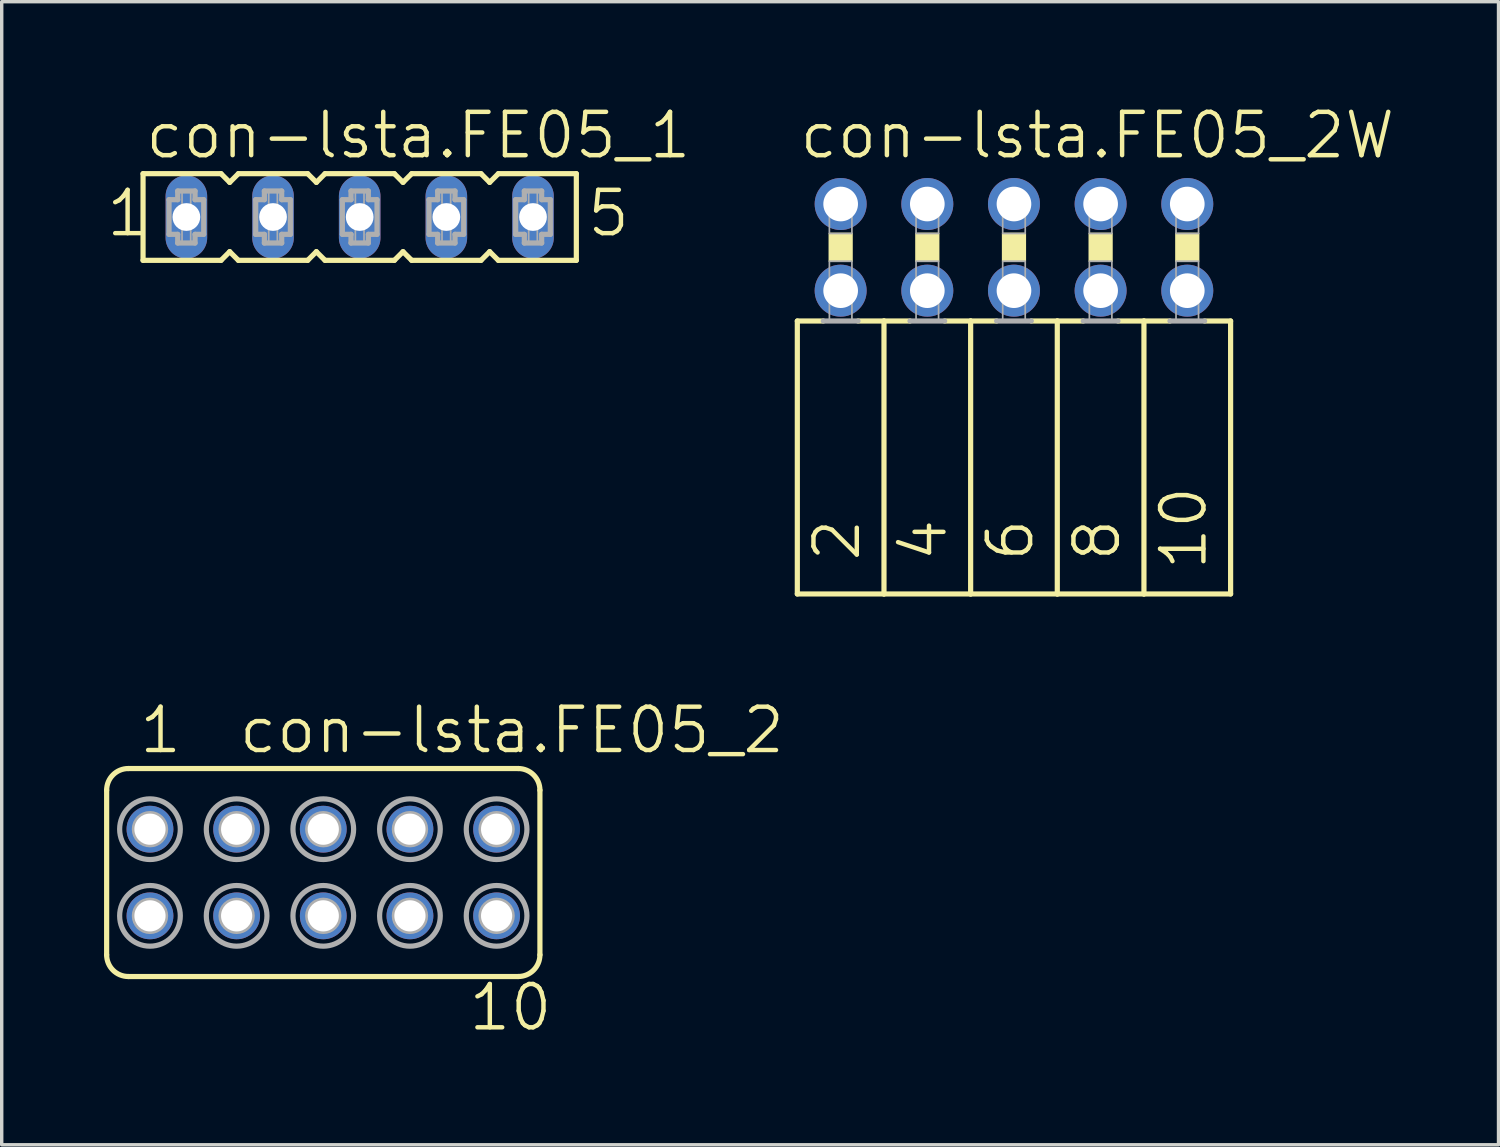
<source format=kicad_pcb>
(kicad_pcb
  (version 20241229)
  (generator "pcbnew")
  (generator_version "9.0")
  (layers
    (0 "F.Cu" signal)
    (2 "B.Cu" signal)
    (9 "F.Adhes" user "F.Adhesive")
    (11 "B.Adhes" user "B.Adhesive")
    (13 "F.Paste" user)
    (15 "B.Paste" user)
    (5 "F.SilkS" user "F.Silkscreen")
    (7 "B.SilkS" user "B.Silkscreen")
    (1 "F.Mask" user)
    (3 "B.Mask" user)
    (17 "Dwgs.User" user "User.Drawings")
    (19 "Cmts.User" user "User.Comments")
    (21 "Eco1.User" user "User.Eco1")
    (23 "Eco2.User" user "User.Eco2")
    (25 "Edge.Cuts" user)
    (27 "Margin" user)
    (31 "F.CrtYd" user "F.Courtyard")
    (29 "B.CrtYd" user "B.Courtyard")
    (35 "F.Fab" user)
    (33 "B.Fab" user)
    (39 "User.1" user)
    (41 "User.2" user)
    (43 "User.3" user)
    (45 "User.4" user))
  (footprint "con-lsta.FE05_1"
    (layer "F.Cu")
    (at 7.493 3.311)
    (property "Reference" "con-lsta.FE05_1" (at -6.35 -1.651 0) (layer "F.SilkS") (effects (font (size 1.27 1.27) (thickness 0.13)) (justify left bottom)))
    (attr through_hole)
    (fp_line (start -6.35 -1.27) (end -6.35 1.27) (stroke (width 0.152) (type default)) (layer "F.SilkS"))
    (fp_line (start -6.35 1.27) (end -4.064 1.27) (stroke (width 0.152) (type default)) (layer "F.SilkS"))
    (fp_line (start -4.064 -1.27) (end -6.35 -1.27) (stroke (width 0.152) (type default)) (layer "F.SilkS"))
    (fp_line (start -4.064 1.27) (end -3.81 1.016) (stroke (width 0.152) (type default)) (layer "F.SilkS"))
    (fp_line (start -3.81 -1.016) (end -4.064 -1.27) (stroke (width 0.152) (type default)) (layer "F.SilkS"))
    (fp_line (start -3.81 1.016) (end -3.556 1.27) (stroke (width 0.152) (type default)) (layer "F.SilkS"))
    (fp_line (start -3.556 -1.27) (end -3.81 -1.016) (stroke (width 0.152) (type default)) (layer "F.SilkS"))
    (fp_line (start -3.556 1.27) (end -1.524 1.27) (stroke (width 0.152) (type default)) (layer "F.SilkS"))
    (fp_line (start -1.524 -1.27) (end -3.556 -1.27) (stroke (width 0.152) (type default)) (layer "F.SilkS"))
    (fp_line (start -1.524 1.27) (end -1.27 1.016) (stroke (width 0.152) (type default)) (layer "F.SilkS"))
    (fp_line (start -1.27 -1.016) (end -1.524 -1.27) (stroke (width 0.152) (type default)) (layer "F.SilkS"))
    (fp_line (start -1.27 1.016) (end -1.016 1.27) (stroke (width 0.152) (type default)) (layer "F.SilkS"))
    (fp_line (start -1.016 -1.27) (end -1.27 -1.016) (stroke (width 0.152) (type default)) (layer "F.SilkS"))
    (fp_line (start -1.016 1.27) (end 1.016 1.27) (stroke (width 0.152) (type default)) (layer "F.SilkS"))
    (fp_line (start 1.016 -1.27) (end -1.016 -1.27) (stroke (width 0.152) (type default)) (layer "F.SilkS"))
    (fp_line (start 1.016 1.27) (end 1.27 1.016) (stroke (width 0.152) (type default)) (layer "F.SilkS"))
    (fp_line (start 1.27 -1.016) (end 1.016 -1.27) (stroke (width 0.152) (type default)) (layer "F.SilkS"))
    (fp_line (start 1.27 1.016) (end 1.524 1.27) (stroke (width 0.152) (type default)) (layer "F.SilkS"))
    (fp_line (start 1.524 -1.27) (end 1.27 -1.016) (stroke (width 0.152) (type default)) (layer "F.SilkS"))
    (fp_line (start 1.524 1.27) (end 3.556 1.27) (stroke (width 0.152) (type default)) (layer "F.SilkS"))
    (fp_line (start 3.556 -1.27) (end 1.524 -1.27) (stroke (width 0.152) (type default)) (layer "F.SilkS"))
    (fp_line (start 3.556 1.27) (end 3.81 1.016) (stroke (width 0.152) (type default)) (layer "F.SilkS"))
    (fp_line (start 3.81 -1.016) (end 3.556 -1.27) (stroke (width 0.152) (type default)) (layer "F.SilkS"))
    (fp_line (start 3.81 1.016) (end 4.064 1.27) (stroke (width 0.152) (type default)) (layer "F.SilkS"))
    (fp_line (start 4.064 -1.27) (end 3.81 -1.016) (stroke (width 0.152) (type default)) (layer "F.SilkS"))
    (fp_line (start 4.064 1.27) (end 6.35 1.27) (stroke (width 0.152) (type default)) (layer "F.SilkS"))
    (fp_line (start 6.35 -1.27) (end 4.064 -1.27) (stroke (width 0.152) (type default)) (layer "F.SilkS"))
    (fp_line (start 6.35 1.27) (end 6.35 -1.27) (stroke (width 0.152) (type default)) (layer "F.SilkS"))
    (fp_line (start -5.588 -0.508) (end -5.588 0.508) (stroke (width 0.152) (type default)) (layer "F.Fab"))
    (fp_line (start -5.588 0.508) (end -5.334 0.508) (stroke (width 0.152) (type default)) (layer "F.Fab"))
    (fp_line (start -5.334 -0.762) (end -5.334 -0.508) (stroke (width 0.152) (type default)) (layer "F.Fab"))
    (fp_line (start -5.334 -0.508) (end -5.588 -0.508) (stroke (width 0.152) (type default)) (layer "F.Fab"))
    (fp_line (start -5.334 0.508) (end -5.334 0.762) (stroke (width 0.152) (type default)) (layer "F.Fab"))
    (fp_line (start -5.334 0.762) (end -4.826 0.762) (stroke (width 0.152) (type default)) (layer "F.Fab"))
    (fp_line (start -4.826 -0.762) (end -5.334 -0.762) (stroke (width 0.152) (type default)) (layer "F.Fab"))
    (fp_line (start -4.826 -0.508) (end -4.826 -0.762) (stroke (width 0.152) (type default)) (layer "F.Fab"))
    (fp_line (start -4.826 0.508) (end -4.572 0.508) (stroke (width 0.152) (type default)) (layer "F.Fab"))
    (fp_line (start -4.826 0.762) (end -4.826 0.508) (stroke (width 0.152) (type default)) (layer "F.Fab"))
    (fp_line (start -4.572 -0.508) (end -4.826 -0.508) (stroke (width 0.152) (type default)) (layer "F.Fab"))
    (fp_line (start -4.572 0.508) (end -4.572 -0.508) (stroke (width 0.152) (type default)) (layer "F.Fab"))
    (fp_line (start -3.048 -0.508) (end -3.048 0.508) (stroke (width 0.152) (type default)) (layer "F.Fab"))
    (fp_line (start -3.048 0.508) (end -2.794 0.508) (stroke (width 0.152) (type default)) (layer "F.Fab"))
    (fp_line (start -2.794 -0.762) (end -2.794 -0.508) (stroke (width 0.152) (type default)) (layer "F.Fab"))
    (fp_line (start -2.794 -0.508) (end -3.048 -0.508) (stroke (width 0.152) (type default)) (layer "F.Fab"))
    (fp_line (start -2.794 0.508) (end -2.794 0.762) (stroke (width 0.152) (type default)) (layer "F.Fab"))
    (fp_line (start -2.794 0.762) (end -2.286 0.762) (stroke (width 0.152) (type default)) (layer "F.Fab"))
    (fp_line (start -2.286 -0.762) (end -2.794 -0.762) (stroke (width 0.152) (type default)) (layer "F.Fab"))
    (fp_line (start -2.286 -0.508) (end -2.286 -0.762) (stroke (width 0.152) (type default)) (layer "F.Fab"))
    (fp_line (start -2.286 0.508) (end -2.032 0.508) (stroke (width 0.152) (type default)) (layer "F.Fab"))
    (fp_line (start -2.286 0.762) (end -2.286 0.508) (stroke (width 0.152) (type default)) (layer "F.Fab"))
    (fp_line (start -2.032 -0.508) (end -2.286 -0.508) (stroke (width 0.152) (type default)) (layer "F.Fab"))
    (fp_line (start -2.032 0.508) (end -2.032 -0.508) (stroke (width 0.152) (type default)) (layer "F.Fab"))
    (fp_line (start -0.508 -0.508) (end -0.508 0.508) (stroke (width 0.152) (type default)) (layer "F.Fab"))
    (fp_line (start -0.508 0.508) (end -0.254 0.508) (stroke (width 0.152) (type default)) (layer "F.Fab"))
    (fp_line (start -0.254 -0.762) (end -0.254 -0.508) (stroke (width 0.152) (type default)) (layer "F.Fab"))
    (fp_line (start -0.254 -0.508) (end -0.508 -0.508) (stroke (width 0.152) (type default)) (layer "F.Fab"))
    (fp_line (start -0.254 0.508) (end -0.254 0.762) (stroke (width 0.152) (type default)) (layer "F.Fab"))
    (fp_line (start -0.254 0.762) (end 0.254 0.762) (stroke (width 0.152) (type default)) (layer "F.Fab"))
    (fp_line (start 0.254 -0.762) (end -0.254 -0.762) (stroke (width 0.152) (type default)) (layer "F.Fab"))
    (fp_line (start 0.254 -0.508) (end 0.254 -0.762) (stroke (width 0.152) (type default)) (layer "F.Fab"))
    (fp_line (start 0.254 0.508) (end 0.508 0.508) (stroke (width 0.152) (type default)) (layer "F.Fab"))
    (fp_line (start 0.254 0.762) (end 0.254 0.508) (stroke (width 0.152) (type default)) (layer "F.Fab"))
    (fp_line (start 0.508 -0.508) (end 0.254 -0.508) (stroke (width 0.152) (type default)) (layer "F.Fab"))
    (fp_line (start 0.508 0.508) (end 0.508 -0.508) (stroke (width 0.152) (type default)) (layer "F.Fab"))
    (fp_line (start 2.032 -0.508) (end 2.032 0.508) (stroke (width 0.152) (type default)) (layer "F.Fab"))
    (fp_line (start 2.032 0.508) (end 2.286 0.508) (stroke (width 0.152) (type default)) (layer "F.Fab"))
    (fp_line (start 2.286 -0.762) (end 2.286 -0.508) (stroke (width 0.152) (type default)) (layer "F.Fab"))
    (fp_line (start 2.286 -0.508) (end 2.032 -0.508) (stroke (width 0.152) (type default)) (layer "F.Fab"))
    (fp_line (start 2.286 0.508) (end 2.286 0.762) (stroke (width 0.152) (type default)) (layer "F.Fab"))
    (fp_line (start 2.286 0.762) (end 2.794 0.762) (stroke (width 0.152) (type default)) (layer "F.Fab"))
    (fp_line (start 2.794 -0.762) (end 2.286 -0.762) (stroke (width 0.152) (type default)) (layer "F.Fab"))
    (fp_line (start 2.794 -0.508) (end 2.794 -0.762) (stroke (width 0.152) (type default)) (layer "F.Fab"))
    (fp_line (start 2.794 0.508) (end 3.048 0.508) (stroke (width 0.152) (type default)) (layer "F.Fab"))
    (fp_line (start 2.794 0.762) (end 2.794 0.508) (stroke (width 0.152) (type default)) (layer "F.Fab"))
    (fp_line (start 3.048 -0.508) (end 2.794 -0.508) (stroke (width 0.152) (type default)) (layer "F.Fab"))
    (fp_line (start 3.048 0.508) (end 3.048 -0.508) (stroke (width 0.152) (type default)) (layer "F.Fab"))
    (fp_line (start 4.572 -0.508) (end 4.572 0.508) (stroke (width 0.152) (type default)) (layer "F.Fab"))
    (fp_line (start 4.572 0.508) (end 4.826 0.508) (stroke (width 0.152) (type default)) (layer "F.Fab"))
    (fp_line (start 4.826 -0.762) (end 4.826 -0.508) (stroke (width 0.152) (type default)) (layer "F.Fab"))
    (fp_line (start 4.826 -0.508) (end 4.572 -0.508) (stroke (width 0.152) (type default)) (layer "F.Fab"))
    (fp_line (start 4.826 0.508) (end 4.826 0.762) (stroke (width 0.152) (type default)) (layer "F.Fab"))
    (fp_line (start 4.826 0.762) (end 5.334 0.762) (stroke (width 0.152) (type default)) (layer "F.Fab"))
    (fp_line (start 5.334 -0.762) (end 4.826 -0.762) (stroke (width 0.152) (type default)) (layer "F.Fab"))
    (fp_line (start 5.334 -0.508) (end 5.334 -0.762) (stroke (width 0.152) (type default)) (layer "F.Fab"))
    (fp_line (start 5.334 0.508) (end 5.588 0.508) (stroke (width 0.152) (type default)) (layer "F.Fab"))
    (fp_line (start 5.334 0.762) (end 5.334 0.508) (stroke (width 0.152) (type default)) (layer "F.Fab"))
    (fp_line (start 5.588 -0.508) (end 5.334 -0.508) (stroke (width 0.152) (type default)) (layer "F.Fab"))
    (fp_line (start 5.588 0.508) (end 5.588 -0.508) (stroke (width 0.152) (type default)) (layer "F.Fab"))
    (fp_rect (start -5.207 -0.254) (end -4.953 -0.762) (stroke (width 0.05) (type default)) (fill no) (layer "F.Fab"))
    (fp_rect (start -5.207 0.762) (end -4.953 0.254) (stroke (width 0.05) (type default)) (fill no) (layer "F.Fab"))
    (fp_rect (start -2.667 -0.254) (end -2.413 -0.762) (stroke (width 0.05) (type default)) (fill no) (layer "F.Fab"))
    (fp_rect (start -2.667 0.762) (end -2.413 0.254) (stroke (width 0.05) (type default)) (fill no) (layer "F.Fab"))
    (fp_rect (start -0.127 -0.254) (end 0.127 -0.762) (stroke (width 0.05) (type default)) (fill no) (layer "F.Fab"))
    (fp_rect (start -0.127 0.762) (end 0.127 0.254) (stroke (width 0.05) (type default)) (fill no) (layer "F.Fab"))
    (fp_rect (start 2.413 -0.254) (end 2.667 -0.762) (stroke (width 0.05) (type default)) (fill no) (layer "F.Fab"))
    (fp_rect (start 2.413 0.762) (end 2.667 0.254) (stroke (width 0.05) (type default)) (fill no) (layer "F.Fab"))
    (fp_rect (start 4.953 -0.254) (end 5.207 -0.762) (stroke (width 0.05) (type default)) (fill no) (layer "F.Fab"))
    (fp_rect (start 4.953 0.762) (end 5.207 0.254) (stroke (width 0.05) (type default)) (fill no) (layer "F.Fab"))
    (fp_text user "5" (at 6.604 0.635 0) (layer "F.SilkS") (effects (font (size 1.27 1.27) (thickness 0.13)) (justify left bottom)))
    (fp_text user "1" (at -7.493 0.635 0) (layer "F.SilkS") (effects (font (size 1.27 1.27) (thickness 0.13)) (justify left bottom)))
    (pad "1" thru_hole oval (at -5.08 0 90) (size 2.438 1.219) (drill 0.813) (layers "*.Cu" "*.Mask"))
    (pad "2" thru_hole oval (at -2.54 0 90) (size 2.438 1.219) (drill 0.813) (layers "*.Cu" "*.Mask"))
    (pad "3" thru_hole oval (at 0 0 90) (size 2.438 1.219) (drill 0.813) (layers "*.Cu" "*.Mask"))
    (pad "4" thru_hole oval (at 2.54 0 90) (size 2.438 1.219) (drill 0.813) (layers "*.Cu" "*.Mask"))
    (pad "5" thru_hole oval (at 5.08 0 90) (size 2.438 1.219) (drill 0.813) (layers "*.Cu" "*.Mask")))
  (footprint "con-lsta.FE05_2W"
    (layer "F.Cu")
    (at 26.671 4.2)
    (property "Reference" "con-lsta.FE05_2W" (at -6.35 -2.54 0) (layer "F.SilkS") (effects (font (size 1.27 1.27) (thickness 0.13)) (justify left bottom)))
    (attr through_hole)
    (fp_line (start -6.35 2.159) (end -6.35 10.16) (stroke (width 0.152) (type default)) (layer "F.SilkS"))
    (fp_line (start -6.35 2.159) (end -5.588 2.159) (stroke (width 0.152) (type default)) (layer "F.SilkS"))
    (fp_line (start -4.572 2.159) (end -3.81 2.159) (stroke (width 0.152) (type default)) (layer "F.SilkS"))
    (fp_line (start -3.81 2.159) (end -3.81 10.16) (stroke (width 0.152) (type default)) (layer "F.SilkS"))
    (fp_line (start -3.81 2.159) (end -3.048 2.159) (stroke (width 0.152) (type default)) (layer "F.SilkS"))
    (fp_line (start -3.81 10.16) (end -6.35 10.16) (stroke (width 0.152) (type default)) (layer "F.SilkS"))
    (fp_line (start -2.032 2.159) (end -1.27 2.159) (stroke (width 0.152) (type default)) (layer "F.SilkS"))
    (fp_line (start -1.27 2.159) (end -1.27 10.16) (stroke (width 0.152) (type default)) (layer "F.SilkS"))
    (fp_line (start -1.27 2.159) (end -0.508 2.159) (stroke (width 0.152) (type default)) (layer "F.SilkS"))
    (fp_line (start -1.27 10.16) (end -3.81 10.16) (stroke (width 0.152) (type default)) (layer "F.SilkS"))
    (fp_line (start 0.508 2.159) (end 1.27 2.159) (stroke (width 0.152) (type default)) (layer "F.SilkS"))
    (fp_line (start 1.27 2.159) (end 1.27 10.16) (stroke (width 0.152) (type default)) (layer "F.SilkS"))
    (fp_line (start 1.27 10.16) (end -1.27 10.16) (stroke (width 0.152) (type default)) (layer "F.SilkS"))
    (fp_line (start 2.032 2.159) (end 1.27 2.159) (stroke (width 0.152) (type default)) (layer "F.SilkS"))
    (fp_line (start 3.81 2.159) (end 3.048 2.159) (stroke (width 0.152) (type default)) (layer "F.SilkS"))
    (fp_line (start 3.81 2.159) (end 3.81 10.16) (stroke (width 0.152) (type default)) (layer "F.SilkS"))
    (fp_line (start 3.81 2.159) (end 4.572 2.159) (stroke (width 0.152) (type default)) (layer "F.SilkS"))
    (fp_line (start 3.81 10.16) (end 1.27 10.16) (stroke (width 0.152) (type default)) (layer "F.SilkS"))
    (fp_line (start 5.588 2.159) (end 6.35 2.159) (stroke (width 0.152) (type default)) (layer "F.SilkS"))
    (fp_line (start 6.35 2.159) (end 6.35 10.16) (stroke (width 0.152) (type default)) (layer "F.SilkS"))
    (fp_line (start 6.35 10.16) (end 3.81 10.16) (stroke (width 0.152) (type default)) (layer "F.SilkS"))
    (fp_rect (start -5.41 0.406) (end -4.75 -0.406) (stroke (width 0.05) (type default)) (fill yes) (layer "F.SilkS"))
    (fp_rect (start -2.87 0.406) (end -2.21 -0.406) (stroke (width 0.05) (type default)) (fill yes) (layer "F.SilkS"))
    (fp_rect (start -0.33 0.406) (end 0.33 -0.406) (stroke (width 0.05) (type default)) (fill yes) (layer "F.SilkS"))
    (fp_rect (start 2.21 0.406) (end 2.87 -0.406) (stroke (width 0.05) (type default)) (fill yes) (layer "F.SilkS"))
    (fp_rect (start 4.75 0.406) (end 5.41 -0.406) (stroke (width 0.05) (type default)) (fill yes) (layer "F.SilkS"))
    (fp_line (start -5.588 2.159) (end -4.572 2.159) (stroke (width 0.152) (type default)) (layer "F.Fab"))
    (fp_line (start -3.048 2.159) (end -2.032 2.159) (stroke (width 0.152) (type default)) (layer "F.Fab"))
    (fp_line (start -0.508 2.159) (end 0.508 2.159) (stroke (width 0.152) (type default)) (layer "F.Fab"))
    (fp_line (start 3.048 2.159) (end 2.032 2.159) (stroke (width 0.152) (type default)) (layer "F.Fab"))
    (fp_line (start 4.572 2.159) (end 5.588 2.159) (stroke (width 0.152) (type default)) (layer "F.Fab"))
    (fp_rect (start -5.41 -0.406) (end -4.75 -1.575) (stroke (width 0.05) (type default)) (fill no) (layer "F.Fab"))
    (fp_rect (start -5.41 2.134) (end -4.75 0.406) (stroke (width 0.05) (type default)) (fill no) (layer "F.Fab"))
    (fp_rect (start -2.87 -0.406) (end -2.21 -1.575) (stroke (width 0.05) (type default)) (fill no) (layer "F.Fab"))
    (fp_rect (start -2.87 2.134) (end -2.21 0.406) (stroke (width 0.05) (type default)) (fill no) (layer "F.Fab"))
    (fp_rect (start -0.33 -0.406) (end 0.33 -1.575) (stroke (width 0.05) (type default)) (fill no) (layer "F.Fab"))
    (fp_rect (start -0.33 2.134) (end 0.33 0.406) (stroke (width 0.05) (type default)) (fill no) (layer "F.Fab"))
    (fp_rect (start 2.21 -0.406) (end 2.87 -1.575) (stroke (width 0.05) (type default)) (fill no) (layer "F.Fab"))
    (fp_rect (start 2.21 2.134) (end 2.87 0.406) (stroke (width 0.05) (type default)) (fill no) (layer "F.Fab"))
    (fp_rect (start 4.75 -0.406) (end 5.41 -1.575) (stroke (width 0.05) (type default)) (fill no) (layer "F.Fab"))
    (fp_rect (start 4.75 2.134) (end 5.41 0.406) (stroke (width 0.05) (type default)) (fill no) (layer "F.Fab"))
    (fp_text user "2" (at -4.445 9.271 90) (layer "F.SilkS") (effects (font (size 1.27 1.27) (thickness 0.13)) (justify left bottom)))
    (fp_text user "10" (at 5.715 9.525 90) (layer "F.SilkS") (effects (font (size 1.27 1.27) (thickness 0.13)) (justify left bottom)))
    (fp_text user "4" (at -1.905 9.271 90) (layer "F.SilkS") (effects (font (size 1.27 1.27) (thickness 0.13)) (justify left bottom)))
    (fp_text user "8" (at 3.175 9.271 90) (layer "F.SilkS") (effects (font (size 1.27 1.27) (thickness 0.13)) (justify left bottom)))
    (fp_text user "6" (at 0.635 9.271 90) (layer "F.SilkS") (effects (font (size 1.27 1.27) (thickness 0.13)) (justify left bottom)))
    (pad "1" thru_hole circle (at -5.08 -1.27) (size 1.524 1.524) (drill 1.016) (layers "*.Cu" "*.Mask"))
    (pad "2" thru_hole circle (at -5.08 1.27) (size 1.524 1.524) (drill 1.016) (layers "*.Cu" "*.Mask"))
    (pad "3" thru_hole circle (at -2.54 -1.27) (size 1.524 1.524) (drill 1.016) (layers "*.Cu" "*.Mask"))
    (pad "4" thru_hole circle (at -2.54 1.27) (size 1.524 1.524) (drill 1.016) (layers "*.Cu" "*.Mask"))
    (pad "5" thru_hole circle (at 0 -1.27) (size 1.524 1.524) (drill 1.016) (layers "*.Cu" "*.Mask"))
    (pad "6" thru_hole circle (at 0 1.27) (size 1.524 1.524) (drill 1.016) (layers "*.Cu" "*.Mask"))
    (pad "7" thru_hole circle (at 2.54 -1.27) (size 1.524 1.524) (drill 1.016) (layers "*.Cu" "*.Mask"))
    (pad "8" thru_hole circle (at 2.54 1.27) (size 1.524 1.524) (drill 1.016) (layers "*.Cu" "*.Mask"))
    (pad "9" thru_hole circle (at 5.08 -1.27) (size 1.524 1.524) (drill 1.016) (layers "*.Cu" "*.Mask"))
    (pad "10" thru_hole circle (at 5.08 1.27) (size 1.524 1.524) (drill 1.016) (layers "*.Cu" "*.Mask")))
  (footprint "con-lsta.FE05_2"
    (layer "F.Cu")
    (at 6.426 22.525)
    (property "Reference" "con-lsta.FE05_2" (at -2.54 -3.429 0) (layer "F.SilkS") (effects (font (size 1.27 1.27) (thickness 0.13)) (justify left bottom)))
    (attr through_hole)
    (fp_line (start -6.35 2.413) (end -6.35 -2.413) (stroke (width 0.152) (type default)) (layer "F.SilkS"))
    (fp_line (start -5.715 -3.048) (end 5.715 -3.048) (stroke (width 0.152) (type default)) (layer "F.SilkS"))
    (fp_line (start -5.715 3.048) (end 5.715 3.048) (stroke (width 0.152) (type default)) (layer "F.SilkS"))
    (fp_line (start 6.35 2.413) (end 6.35 -2.413) (stroke (width 0.152) (type default)) (layer "F.SilkS"))
    (fp_arc (start -6.35 -2.413) (mid -6.164013 -2.862013) (end -5.715 -3.048) (stroke (width 0.1524) (type default)) (layer "F.SilkS"))
    (fp_arc (start -5.715 3.048) (mid -6.164013 2.862013) (end -6.35 2.413) (stroke (width 0.1524) (type default)) (layer "F.SilkS"))
    (fp_arc (start 5.715 -3.048) (mid 6.164013 -2.862013) (end 6.35 -2.413) (stroke (width 0.1524) (type default)) (layer "F.SilkS"))
    (fp_arc (start 6.35 2.413) (mid 6.164013 2.862013) (end 5.715 3.048) (stroke (width 0.1524) (type default)) (layer "F.SilkS"))
    (fp_circle (center -5.08 -1.27) (end -4.953 -1.27) (stroke (width 0.406) (type default)) (fill no) (layer "F.Fab"))
    (fp_circle (center -5.08 -1.27) (end -4.191 -1.27) (stroke (width 0.152) (type default)) (fill no) (layer "F.Fab"))
    (fp_circle (center -5.08 1.27) (end -4.953 1.27) (stroke (width 0.406) (type default)) (fill no) (layer "F.Fab"))
    (fp_circle (center -5.08 1.27) (end -4.191 1.27) (stroke (width 0.152) (type default)) (fill no) (layer "F.Fab"))
    (fp_circle (center -2.54 -1.27) (end -2.413 -1.27) (stroke (width 0.406) (type default)) (fill no) (layer "F.Fab"))
    (fp_circle (center -2.54 -1.27) (end -1.651 -1.27) (stroke (width 0.152) (type default)) (fill no) (layer "F.Fab"))
    (fp_circle (center -2.54 1.27) (end -2.413 1.27) (stroke (width 0.406) (type default)) (fill no) (layer "F.Fab"))
    (fp_circle (center -2.54 1.27) (end -1.651 1.27) (stroke (width 0.152) (type default)) (fill no) (layer "F.Fab"))
    (fp_circle (center 0 -1.27) (end 0.127 -1.27) (stroke (width 0.406) (type default)) (fill no) (layer "F.Fab"))
    (fp_circle (center 0 -1.27) (end 0.889 -1.27) (stroke (width 0.152) (type default)) (fill no) (layer "F.Fab"))
    (fp_circle (center 0 1.27) (end 0.127 1.27) (stroke (width 0.406) (type default)) (fill no) (layer "F.Fab"))
    (fp_circle (center 0 1.27) (end 0.889 1.27) (stroke (width 0.152) (type default)) (fill no) (layer "F.Fab"))
    (fp_circle (center 2.54 -1.27) (end 2.667 -1.27) (stroke (width 0.406) (type default)) (fill no) (layer "F.Fab"))
    (fp_circle (center 2.54 -1.27) (end 3.429 -1.27) (stroke (width 0.152) (type default)) (fill no) (layer "F.Fab"))
    (fp_circle (center 2.54 1.27) (end 2.667 1.27) (stroke (width 0.406) (type default)) (fill no) (layer "F.Fab"))
    (fp_circle (center 2.54 1.27) (end 3.429 1.27) (stroke (width 0.152) (type default)) (fill no) (layer "F.Fab"))
    (fp_circle (center 5.08 -1.27) (end 5.207 -1.27) (stroke (width 0.406) (type default)) (fill no) (layer "F.Fab"))
    (fp_circle (center 5.08 -1.27) (end 5.969 -1.27) (stroke (width 0.152) (type default)) (fill no) (layer "F.Fab"))
    (fp_circle (center 5.08 1.27) (end 5.207 1.27) (stroke (width 0.406) (type default)) (fill no) (layer "F.Fab"))
    (fp_circle (center 5.08 1.27) (end 5.969 1.27) (stroke (width 0.152) (type default)) (fill no) (layer "F.Fab"))
    (fp_text user "1" (at -5.461 -3.429 0) (layer "F.SilkS") (effects (font (size 1.27 1.27) (thickness 0.13)) (justify left bottom)))
    (fp_text user "10" (at 4.191 4.699 0) (layer "F.SilkS") (effects (font (size 1.27 1.27) (thickness 0.13)) (justify left bottom)))
    (pad "1" thru_hole circle (at -5.08 -1.27) (size 1.372 1.372) (drill 0.914) (layers "*.Cu" "*.Mask"))
    (pad "2" thru_hole circle (at -5.08 1.27) (size 1.372 1.372) (drill 0.914) (layers "*.Cu" "*.Mask"))
    (pad "3" thru_hole circle (at -2.54 -1.27) (size 1.372 1.372) (drill 0.914) (layers "*.Cu" "*.Mask"))
    (pad "4" thru_hole circle (at -2.54 1.27) (size 1.372 1.372) (drill 0.914) (layers "*.Cu" "*.Mask"))
    (pad "5" thru_hole circle (at 0 -1.27) (size 1.372 1.372) (drill 0.914) (layers "*.Cu" "*.Mask"))
    (pad "6" thru_hole circle (at 0 1.27) (size 1.372 1.372) (drill 0.914) (layers "*.Cu" "*.Mask"))
    (pad "7" thru_hole circle (at 2.54 -1.27) (size 1.372 1.372) (drill 0.914) (layers "*.Cu" "*.Mask"))
    (pad "8" thru_hole circle (at 2.54 1.27) (size 1.372 1.372) (drill 0.914) (layers "*.Cu" "*.Mask"))
    (pad "9" thru_hole circle (at 5.08 -1.27) (size 1.372 1.372) (drill 0.914) (layers "*.Cu" "*.Mask"))
    (pad "10" thru_hole circle (at 5.08 1.27) (size 1.372 1.372) (drill 0.914) (layers "*.Cu" "*.Mask")))
  (gr_rect
    (start -3 -3)
    (end 40.874 30.506)
    (stroke (width 0.1) (type default))
    (fill no)
    (layer "Edge.Cuts")))
</source>
